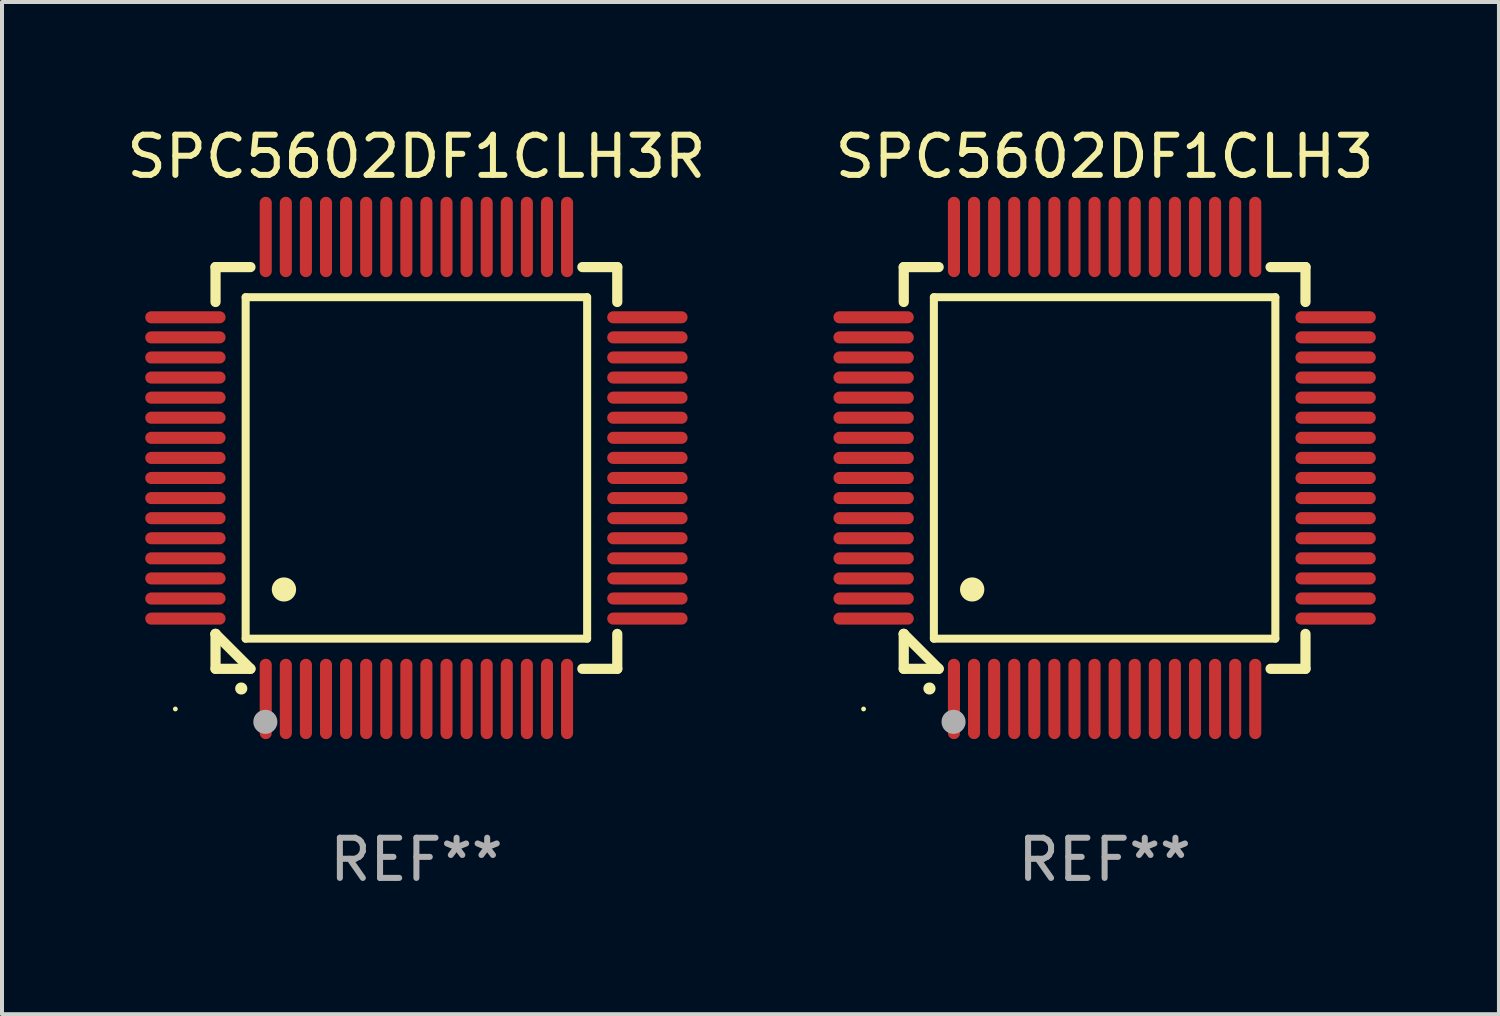
<source format=kicad_pcb>
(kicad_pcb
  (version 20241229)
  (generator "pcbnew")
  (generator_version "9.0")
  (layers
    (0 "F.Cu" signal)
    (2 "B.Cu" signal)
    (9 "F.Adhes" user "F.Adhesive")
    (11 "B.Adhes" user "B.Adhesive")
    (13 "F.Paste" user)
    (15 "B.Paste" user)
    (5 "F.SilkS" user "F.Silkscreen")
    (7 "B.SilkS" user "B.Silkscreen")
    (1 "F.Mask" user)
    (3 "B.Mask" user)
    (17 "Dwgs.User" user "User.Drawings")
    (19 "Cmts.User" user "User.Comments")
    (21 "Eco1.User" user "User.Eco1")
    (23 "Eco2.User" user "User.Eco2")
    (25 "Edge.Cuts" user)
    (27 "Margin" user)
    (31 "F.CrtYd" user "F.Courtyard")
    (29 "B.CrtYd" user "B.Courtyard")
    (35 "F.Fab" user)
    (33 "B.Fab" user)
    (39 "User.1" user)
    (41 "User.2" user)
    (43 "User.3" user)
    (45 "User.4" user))
  (footprint "SPC5602DF1CLH3R"
    (layer "F.Cu")
    (at 7.315 8.598)
    (property "Reference" "SPC5602DF1CLH3R" (at 0 -7.75 0) (layer "F.SilkS") (effects (font (size 1 1) (thickness 0.15))))
    (attr through_hole)
    (fp_line (start -5 -5) (end -4.131 -5) (stroke (width 0.254) (type solid)) (layer "F.SilkS"))
    (fp_line (start -5 -4.131) (end -5 -5) (stroke (width 0.254) (type solid)) (layer "F.SilkS"))
    (fp_line (start -5 4.131) (end -5 4.131) (stroke (width 0.254) (type solid)) (layer "F.SilkS"))
    (fp_line (start -5 5) (end -5 4.131) (stroke (width 0.254) (type solid)) (layer "F.SilkS"))
    (fp_line (start -5 4.131) (end -4.131 5) (stroke (width 0.254) (type solid)) (layer "F.SilkS"))
    (fp_line (start -4.25 -4.25) (end -4.25 4.25) (stroke (width 0.2) (type solid)) (layer "F.SilkS"))
    (fp_line (start -4.25 4.25) (end 4.25 4.25) (stroke (width 0.2) (type solid)) (layer "F.SilkS"))
    (fp_line (start -4.131 5) (end -5 5) (stroke (width 0.254) (type solid)) (layer "F.SilkS"))
    (fp_line (start 4.25 -4.25) (end -4.25 -4.25) (stroke (width 0.2) (type solid)) (layer "F.SilkS"))
    (fp_line (start 4.25 4.25) (end 4.25 -4.25) (stroke (width 0.2) (type solid)) (layer "F.SilkS"))
    (fp_line (start 5 -5) (end 4.131 -5) (stroke (width 0.254) (type solid)) (layer "F.SilkS"))
    (fp_line (start 5 -5) (end 5 -4.131) (stroke (width 0.254) (type solid)) (layer "F.SilkS"))
    (fp_line (start 5 4.131) (end 5 5) (stroke (width 0.254) (type solid)) (layer "F.SilkS"))
    (fp_line (start 5 5) (end 4.131 5) (stroke (width 0.254) (type solid)) (layer "F.SilkS"))
    (fp_arc (start -4.361265 5.489992) (mid -4.359995 5.489987) (end -4.358725 5.489992) (stroke (width 0.3) (type solid)) (layer "F.SilkS"))
    (fp_arc (start -3.299467 3.025146) (mid -3.296927 3.025135) (end -3.294387 3.025146) (stroke (width 0.6) (type solid)) (layer "F.SilkS"))
    (fp_circle (center -6 6) (end -5.97 6) (stroke (width 0.06) (type solid)) (fill no) (layer "F.SilkS"))
    (fp_circle (center -3.76 6.32) (end -3.61 6.32) (stroke (width 0.3) (type solid)) (fill no) (layer "F.Fab"))
    (fp_text user "REF**" (at 0 9.75 0) (layer "F.Fab") (effects (font (size 1 1) (thickness 0.15))))
    (pad "1" smd oval (at -3.75 5.75) (size 0.3 2) (layers "F.Cu" "F.Mask" "F.Paste"))
    (pad "2" smd oval (at -3.25 5.75) (size 0.3 2) (layers "F.Cu" "F.Mask" "F.Paste"))
    (pad "3" smd oval (at -2.75 5.75) (size 0.3 2) (layers "F.Cu" "F.Mask" "F.Paste"))
    (pad "4" smd oval (at -2.25 5.75) (size 0.3 2) (layers "F.Cu" "F.Mask" "F.Paste"))
    (pad "5" smd oval (at -1.75 5.75) (size 0.3 2) (layers "F.Cu" "F.Mask" "F.Paste"))
    (pad "6" smd oval (at -1.25 5.75) (size 0.3 2) (layers "F.Cu" "F.Mask" "F.Paste"))
    (pad "7" smd oval (at -0.75 5.75) (size 0.3 2) (layers "F.Cu" "F.Mask" "F.Paste"))
    (pad "8" smd oval (at -0.25 5.75) (size 0.3 2) (layers "F.Cu" "F.Mask" "F.Paste"))
    (pad "9" smd oval (at 0.25 5.75) (size 0.3 2) (layers "F.Cu" "F.Mask" "F.Paste"))
    (pad "10" smd oval (at 0.75 5.75) (size 0.3 2) (layers "F.Cu" "F.Mask" "F.Paste"))
    (pad "11" smd oval (at 1.25 5.75) (size 0.3 2) (layers "F.Cu" "F.Mask" "F.Paste"))
    (pad "12" smd oval (at 1.75 5.75) (size 0.3 2) (layers "F.Cu" "F.Mask" "F.Paste"))
    (pad "13" smd oval (at 2.25 5.75) (size 0.3 2) (layers "F.Cu" "F.Mask" "F.Paste"))
    (pad "14" smd oval (at 2.75 5.75) (size 0.3 2) (layers "F.Cu" "F.Mask" "F.Paste"))
    (pad "15" smd oval (at 3.25 5.75) (size 0.3 2) (layers "F.Cu" "F.Mask" "F.Paste"))
    (pad "16" smd oval (at 3.75 5.75) (size 0.3 2) (layers "F.Cu" "F.Mask" "F.Paste"))
    (pad "17" smd oval (at 5.75 3.75) (size 2 0.3) (layers "F.Cu" "F.Mask" "F.Paste"))
    (pad "18" smd oval (at 5.75 3.25) (size 2 0.3) (layers "F.Cu" "F.Mask" "F.Paste"))
    (pad "19" smd oval (at 5.75 2.75) (size 2 0.3) (layers "F.Cu" "F.Mask" "F.Paste"))
    (pad "20" smd oval (at 5.75 2.25) (size 2 0.3) (layers "F.Cu" "F.Mask" "F.Paste"))
    (pad "21" smd oval (at 5.75 1.75) (size 2 0.3) (layers "F.Cu" "F.Mask" "F.Paste"))
    (pad "22" smd oval (at 5.75 1.25) (size 2 0.3) (layers "F.Cu" "F.Mask" "F.Paste"))
    (pad "23" smd oval (at 5.75 0.75) (size 2 0.3) (layers "F.Cu" "F.Mask" "F.Paste"))
    (pad "24" smd oval (at 5.75 0.25) (size 2 0.3) (layers "F.Cu" "F.Mask" "F.Paste"))
    (pad "25" smd oval (at 5.75 -0.25) (size 2 0.3) (layers "F.Cu" "F.Mask" "F.Paste"))
    (pad "26" smd oval (at 5.75 -0.75) (size 2 0.3) (layers "F.Cu" "F.Mask" "F.Paste"))
    (pad "27" smd oval (at 5.75 -1.25) (size 2 0.3) (layers "F.Cu" "F.Mask" "F.Paste"))
    (pad "28" smd oval (at 5.75 -1.75) (size 2 0.3) (layers "F.Cu" "F.Mask" "F.Paste"))
    (pad "29" smd oval (at 5.75 -2.25) (size 2 0.3) (layers "F.Cu" "F.Mask" "F.Paste"))
    (pad "30" smd oval (at 5.75 -2.75) (size 2 0.3) (layers "F.Cu" "F.Mask" "F.Paste"))
    (pad "31" smd oval (at 5.75 -3.25) (size 2 0.3) (layers "F.Cu" "F.Mask" "F.Paste"))
    (pad "32" smd oval (at 5.75 -3.75) (size 2 0.3) (layers "F.Cu" "F.Mask" "F.Paste"))
    (pad "33" smd oval (at 3.75 -5.75) (size 0.3 2) (layers "F.Cu" "F.Mask" "F.Paste"))
    (pad "34" smd oval (at 3.25 -5.75) (size 0.3 2) (layers "F.Cu" "F.Mask" "F.Paste"))
    (pad "35" smd oval (at 2.75 -5.75) (size 0.3 2) (layers "F.Cu" "F.Mask" "F.Paste"))
    (pad "36" smd oval (at 2.25 -5.75) (size 0.3 2) (layers "F.Cu" "F.Mask" "F.Paste"))
    (pad "37" smd oval (at 1.75 -5.75) (size 0.3 2) (layers "F.Cu" "F.Mask" "F.Paste"))
    (pad "38" smd oval (at 1.25 -5.75) (size 0.3 2) (layers "F.Cu" "F.Mask" "F.Paste"))
    (pad "39" smd oval (at 0.75 -5.75) (size 0.3 2) (layers "F.Cu" "F.Mask" "F.Paste"))
    (pad "40" smd oval (at 0.25 -5.75) (size 0.3 2) (layers "F.Cu" "F.Mask" "F.Paste"))
    (pad "41" smd oval (at -0.25 -5.75) (size 0.3 2) (layers "F.Cu" "F.Mask" "F.Paste"))
    (pad "42" smd oval (at -0.75 -5.75) (size 0.3 2) (layers "F.Cu" "F.Mask" "F.Paste"))
    (pad "43" smd oval (at -1.25 -5.75) (size 0.3 2) (layers "F.Cu" "F.Mask" "F.Paste"))
    (pad "44" smd oval (at -1.75 -5.75) (size 0.3 2) (layers "F.Cu" "F.Mask" "F.Paste"))
    (pad "45" smd oval (at -2.25 -5.75) (size 0.3 2) (layers "F.Cu" "F.Mask" "F.Paste"))
    (pad "46" smd oval (at -2.75 -5.75) (size 0.3 2) (layers "F.Cu" "F.Mask" "F.Paste"))
    (pad "47" smd oval (at -3.25 -5.75) (size 0.3 2) (layers "F.Cu" "F.Mask" "F.Paste"))
    (pad "48" smd oval (at -3.75 -5.75) (size 0.3 2) (layers "F.Cu" "F.Mask" "F.Paste"))
    (pad "49" smd oval (at -5.75 -3.75) (size 2 0.3) (layers "F.Cu" "F.Mask" "F.Paste"))
    (pad "50" smd oval (at -5.75 -3.25) (size 2 0.3) (layers "F.Cu" "F.Mask" "F.Paste"))
    (pad "51" smd oval (at -5.75 -2.75) (size 2 0.3) (layers "F.Cu" "F.Mask" "F.Paste"))
    (pad "52" smd oval (at -5.75 -2.25) (size 2 0.3) (layers "F.Cu" "F.Mask" "F.Paste"))
    (pad "53" smd oval (at -5.75 -1.75) (size 2 0.3) (layers "F.Cu" "F.Mask" "F.Paste"))
    (pad "54" smd oval (at -5.75 -1.25) (size 2 0.3) (layers "F.Cu" "F.Mask" "F.Paste"))
    (pad "55" smd oval (at -5.75 -0.75) (size 2 0.3) (layers "F.Cu" "F.Mask" "F.Paste"))
    (pad "56" smd oval (at -5.75 -0.25) (size 2 0.3) (layers "F.Cu" "F.Mask" "F.Paste"))
    (pad "57" smd oval (at -5.75 0.25) (size 2 0.3) (layers "F.Cu" "F.Mask" "F.Paste"))
    (pad "58" smd oval (at -5.75 0.75) (size 2 0.3) (layers "F.Cu" "F.Mask" "F.Paste"))
    (pad "59" smd oval (at -5.75 1.25) (size 2 0.3) (layers "F.Cu" "F.Mask" "F.Paste"))
    (pad "60" smd oval (at -5.75 1.75) (size 2 0.3) (layers "F.Cu" "F.Mask" "F.Paste"))
    (pad "61" smd oval (at -5.75 2.25) (size 2 0.3) (layers "F.Cu" "F.Mask" "F.Paste"))
    (pad "62" smd oval (at -5.75 2.75) (size 2 0.3) (layers "F.Cu" "F.Mask" "F.Paste"))
    (pad "63" smd oval (at -5.75 3.25) (size 2 0.3) (layers "F.Cu" "F.Mask" "F.Paste"))
    (pad "64" smd oval (at -5.75 3.75) (size 2 0.3) (layers "F.Cu" "F.Mask" "F.Paste")))
  (footprint "SPC5602DF1CLH3"
    (layer "F.Cu")
    (at 24.446 8.598)
    (property "Reference" "SPC5602DF1CLH3" (at 0 -7.75 0) (layer "F.SilkS") (effects (font (size 1 1) (thickness 0.15))))
    (attr through_hole)
    (fp_line (start -5 -5) (end -4.131 -5) (stroke (width 0.254) (type solid)) (layer "F.SilkS"))
    (fp_line (start -5 -4.131) (end -5 -5) (stroke (width 0.254) (type solid)) (layer "F.SilkS"))
    (fp_line (start -5 4.131) (end -5 4.131) (stroke (width 0.254) (type solid)) (layer "F.SilkS"))
    (fp_line (start -5 5) (end -5 4.131) (stroke (width 0.254) (type solid)) (layer "F.SilkS"))
    (fp_line (start -5 4.131) (end -4.131 5) (stroke (width 0.254) (type solid)) (layer "F.SilkS"))
    (fp_line (start -4.25 -4.25) (end -4.25 4.25) (stroke (width 0.2) (type solid)) (layer "F.SilkS"))
    (fp_line (start -4.25 4.25) (end 4.25 4.25) (stroke (width 0.2) (type solid)) (layer "F.SilkS"))
    (fp_line (start -4.131 5) (end -5 5) (stroke (width 0.254) (type solid)) (layer "F.SilkS"))
    (fp_line (start 4.25 -4.25) (end -4.25 -4.25) (stroke (width 0.2) (type solid)) (layer "F.SilkS"))
    (fp_line (start 4.25 4.25) (end 4.25 -4.25) (stroke (width 0.2) (type solid)) (layer "F.SilkS"))
    (fp_line (start 5 -5) (end 4.131 -5) (stroke (width 0.254) (type solid)) (layer "F.SilkS"))
    (fp_line (start 5 -5) (end 5 -4.131) (stroke (width 0.254) (type solid)) (layer "F.SilkS"))
    (fp_line (start 5 4.131) (end 5 5) (stroke (width 0.254) (type solid)) (layer "F.SilkS"))
    (fp_line (start 5 5) (end 4.131 5) (stroke (width 0.254) (type solid)) (layer "F.SilkS"))
    (fp_arc (start -4.361265 5.489992) (mid -4.359995 5.489987) (end -4.358725 5.489992) (stroke (width 0.3) (type solid)) (layer "F.SilkS"))
    (fp_arc (start -3.299467 3.025146) (mid -3.296927 3.025135) (end -3.294387 3.025146) (stroke (width 0.6) (type solid)) (layer "F.SilkS"))
    (fp_circle (center -6 6) (end -5.97 6) (stroke (width 0.06) (type solid)) (fill no) (layer "F.SilkS"))
    (fp_circle (center -3.76 6.32) (end -3.61 6.32) (stroke (width 0.3) (type solid)) (fill no) (layer "F.Fab"))
    (fp_text user "REF**" (at 0 9.75 0) (layer "F.Fab") (effects (font (size 1 1) (thickness 0.15))))
    (pad "1" smd oval (at -3.75 5.75) (size 0.3 2) (layers "F.Cu" "F.Mask" "F.Paste"))
    (pad "2" smd oval (at -3.25 5.75) (size 0.3 2) (layers "F.Cu" "F.Mask" "F.Paste"))
    (pad "3" smd oval (at -2.75 5.75) (size 0.3 2) (layers "F.Cu" "F.Mask" "F.Paste"))
    (pad "4" smd oval (at -2.25 5.75) (size 0.3 2) (layers "F.Cu" "F.Mask" "F.Paste"))
    (pad "5" smd oval (at -1.75 5.75) (size 0.3 2) (layers "F.Cu" "F.Mask" "F.Paste"))
    (pad "6" smd oval (at -1.25 5.75) (size 0.3 2) (layers "F.Cu" "F.Mask" "F.Paste"))
    (pad "7" smd oval (at -0.75 5.75) (size 0.3 2) (layers "F.Cu" "F.Mask" "F.Paste"))
    (pad "8" smd oval (at -0.25 5.75) (size 0.3 2) (layers "F.Cu" "F.Mask" "F.Paste"))
    (pad "9" smd oval (at 0.25 5.75) (size 0.3 2) (layers "F.Cu" "F.Mask" "F.Paste"))
    (pad "10" smd oval (at 0.75 5.75) (size 0.3 2) (layers "F.Cu" "F.Mask" "F.Paste"))
    (pad "11" smd oval (at 1.25 5.75) (size 0.3 2) (layers "F.Cu" "F.Mask" "F.Paste"))
    (pad "12" smd oval (at 1.75 5.75) (size 0.3 2) (layers "F.Cu" "F.Mask" "F.Paste"))
    (pad "13" smd oval (at 2.25 5.75) (size 0.3 2) (layers "F.Cu" "F.Mask" "F.Paste"))
    (pad "14" smd oval (at 2.75 5.75) (size 0.3 2) (layers "F.Cu" "F.Mask" "F.Paste"))
    (pad "15" smd oval (at 3.25 5.75) (size 0.3 2) (layers "F.Cu" "F.Mask" "F.Paste"))
    (pad "16" smd oval (at 3.75 5.75) (size 0.3 2) (layers "F.Cu" "F.Mask" "F.Paste"))
    (pad "17" smd oval (at 5.75 3.75) (size 2 0.3) (layers "F.Cu" "F.Mask" "F.Paste"))
    (pad "18" smd oval (at 5.75 3.25) (size 2 0.3) (layers "F.Cu" "F.Mask" "F.Paste"))
    (pad "19" smd oval (at 5.75 2.75) (size 2 0.3) (layers "F.Cu" "F.Mask" "F.Paste"))
    (pad "20" smd oval (at 5.75 2.25) (size 2 0.3) (layers "F.Cu" "F.Mask" "F.Paste"))
    (pad "21" smd oval (at 5.75 1.75) (size 2 0.3) (layers "F.Cu" "F.Mask" "F.Paste"))
    (pad "22" smd oval (at 5.75 1.25) (size 2 0.3) (layers "F.Cu" "F.Mask" "F.Paste"))
    (pad "23" smd oval (at 5.75 0.75) (size 2 0.3) (layers "F.Cu" "F.Mask" "F.Paste"))
    (pad "24" smd oval (at 5.75 0.25) (size 2 0.3) (layers "F.Cu" "F.Mask" "F.Paste"))
    (pad "25" smd oval (at 5.75 -0.25) (size 2 0.3) (layers "F.Cu" "F.Mask" "F.Paste"))
    (pad "26" smd oval (at 5.75 -0.75) (size 2 0.3) (layers "F.Cu" "F.Mask" "F.Paste"))
    (pad "27" smd oval (at 5.75 -1.25) (size 2 0.3) (layers "F.Cu" "F.Mask" "F.Paste"))
    (pad "28" smd oval (at 5.75 -1.75) (size 2 0.3) (layers "F.Cu" "F.Mask" "F.Paste"))
    (pad "29" smd oval (at 5.75 -2.25) (size 2 0.3) (layers "F.Cu" "F.Mask" "F.Paste"))
    (pad "30" smd oval (at 5.75 -2.75) (size 2 0.3) (layers "F.Cu" "F.Mask" "F.Paste"))
    (pad "31" smd oval (at 5.75 -3.25) (size 2 0.3) (layers "F.Cu" "F.Mask" "F.Paste"))
    (pad "32" smd oval (at 5.75 -3.75) (size 2 0.3) (layers "F.Cu" "F.Mask" "F.Paste"))
    (pad "33" smd oval (at 3.75 -5.75) (size 0.3 2) (layers "F.Cu" "F.Mask" "F.Paste"))
    (pad "34" smd oval (at 3.25 -5.75) (size 0.3 2) (layers "F.Cu" "F.Mask" "F.Paste"))
    (pad "35" smd oval (at 2.75 -5.75) (size 0.3 2) (layers "F.Cu" "F.Mask" "F.Paste"))
    (pad "36" smd oval (at 2.25 -5.75) (size 0.3 2) (layers "F.Cu" "F.Mask" "F.Paste"))
    (pad "37" smd oval (at 1.75 -5.75) (size 0.3 2) (layers "F.Cu" "F.Mask" "F.Paste"))
    (pad "38" smd oval (at 1.25 -5.75) (size 0.3 2) (layers "F.Cu" "F.Mask" "F.Paste"))
    (pad "39" smd oval (at 0.75 -5.75) (size 0.3 2) (layers "F.Cu" "F.Mask" "F.Paste"))
    (pad "40" smd oval (at 0.25 -5.75) (size 0.3 2) (layers "F.Cu" "F.Mask" "F.Paste"))
    (pad "41" smd oval (at -0.25 -5.75) (size 0.3 2) (layers "F.Cu" "F.Mask" "F.Paste"))
    (pad "42" smd oval (at -0.75 -5.75) (size 0.3 2) (layers "F.Cu" "F.Mask" "F.Paste"))
    (pad "43" smd oval (at -1.25 -5.75) (size 0.3 2) (layers "F.Cu" "F.Mask" "F.Paste"))
    (pad "44" smd oval (at -1.75 -5.75) (size 0.3 2) (layers "F.Cu" "F.Mask" "F.Paste"))
    (pad "45" smd oval (at -2.25 -5.75) (size 0.3 2) (layers "F.Cu" "F.Mask" "F.Paste"))
    (pad "46" smd oval (at -2.75 -5.75) (size 0.3 2) (layers "F.Cu" "F.Mask" "F.Paste"))
    (pad "47" smd oval (at -3.25 -5.75) (size 0.3 2) (layers "F.Cu" "F.Mask" "F.Paste"))
    (pad "48" smd oval (at -3.75 -5.75) (size 0.3 2) (layers "F.Cu" "F.Mask" "F.Paste"))
    (pad "49" smd oval (at -5.75 -3.75) (size 2 0.3) (layers "F.Cu" "F.Mask" "F.Paste"))
    (pad "50" smd oval (at -5.75 -3.25) (size 2 0.3) (layers "F.Cu" "F.Mask" "F.Paste"))
    (pad "51" smd oval (at -5.75 -2.75) (size 2 0.3) (layers "F.Cu" "F.Mask" "F.Paste"))
    (pad "52" smd oval (at -5.75 -2.25) (size 2 0.3) (layers "F.Cu" "F.Mask" "F.Paste"))
    (pad "53" smd oval (at -5.75 -1.75) (size 2 0.3) (layers "F.Cu" "F.Mask" "F.Paste"))
    (pad "54" smd oval (at -5.75 -1.25) (size 2 0.3) (layers "F.Cu" "F.Mask" "F.Paste"))
    (pad "55" smd oval (at -5.75 -0.75) (size 2 0.3) (layers "F.Cu" "F.Mask" "F.Paste"))
    (pad "56" smd oval (at -5.75 -0.25) (size 2 0.3) (layers "F.Cu" "F.Mask" "F.Paste"))
    (pad "57" smd oval (at -5.75 0.25) (size 2 0.3) (layers "F.Cu" "F.Mask" "F.Paste"))
    (pad "58" smd oval (at -5.75 0.75) (size 2 0.3) (layers "F.Cu" "F.Mask" "F.Paste"))
    (pad "59" smd oval (at -5.75 1.25) (size 2 0.3) (layers "F.Cu" "F.Mask" "F.Paste"))
    (pad "60" smd oval (at -5.75 1.75) (size 2 0.3) (layers "F.Cu" "F.Mask" "F.Paste"))
    (pad "61" smd oval (at -5.75 2.25) (size 2 0.3) (layers "F.Cu" "F.Mask" "F.Paste"))
    (pad "62" smd oval (at -5.75 2.75) (size 2 0.3) (layers "F.Cu" "F.Mask" "F.Paste"))
    (pad "63" smd oval (at -5.75 3.25) (size 2 0.3) (layers "F.Cu" "F.Mask" "F.Paste"))
    (pad "64" smd oval (at -5.75 3.75) (size 2 0.3) (layers "F.Cu" "F.Mask" "F.Paste")))
  (gr_rect
    (start -3 -3)
    (end 34.262 22.196)
    (stroke (width 0.1) (type default))
    (fill no)
    (layer "Edge.Cuts")))
</source>
